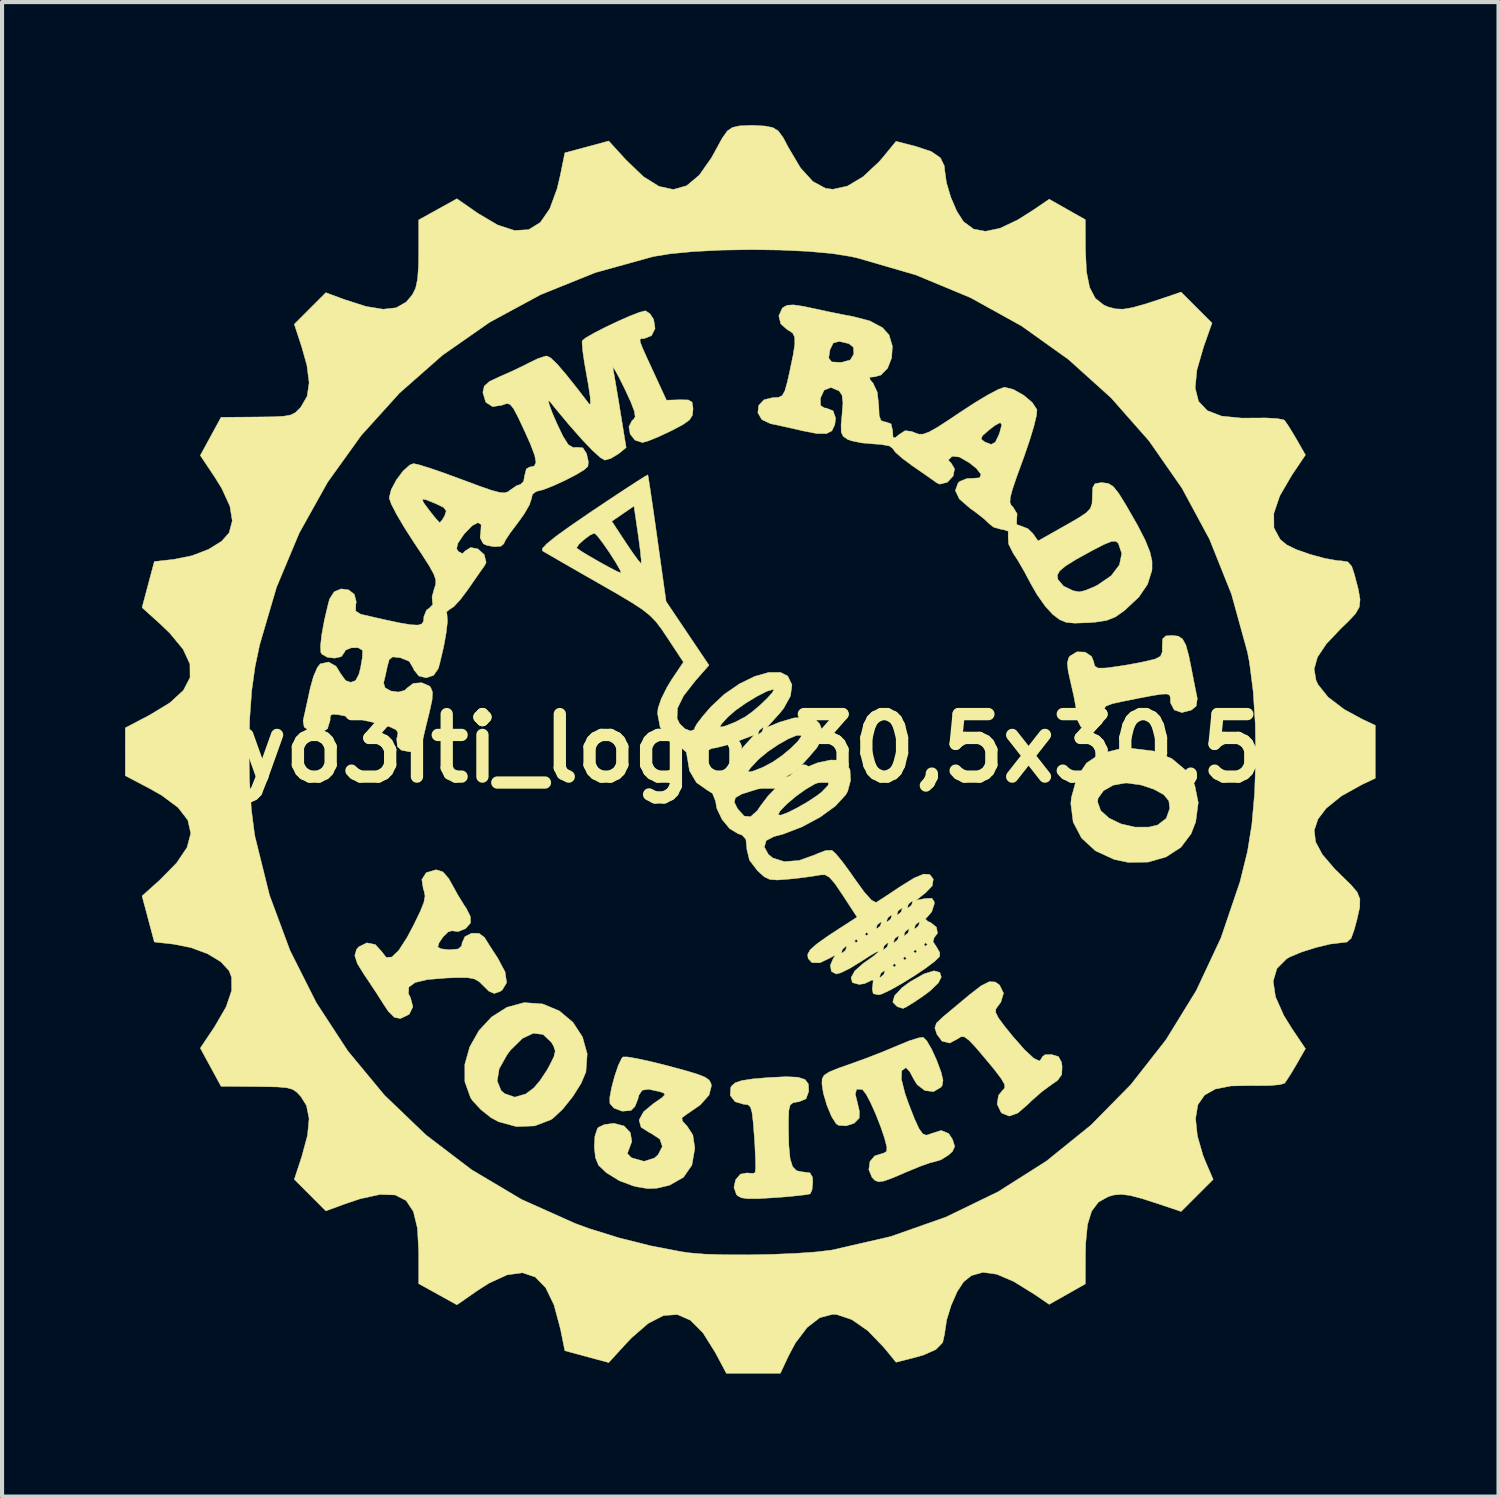
<source format=kicad_pcb>
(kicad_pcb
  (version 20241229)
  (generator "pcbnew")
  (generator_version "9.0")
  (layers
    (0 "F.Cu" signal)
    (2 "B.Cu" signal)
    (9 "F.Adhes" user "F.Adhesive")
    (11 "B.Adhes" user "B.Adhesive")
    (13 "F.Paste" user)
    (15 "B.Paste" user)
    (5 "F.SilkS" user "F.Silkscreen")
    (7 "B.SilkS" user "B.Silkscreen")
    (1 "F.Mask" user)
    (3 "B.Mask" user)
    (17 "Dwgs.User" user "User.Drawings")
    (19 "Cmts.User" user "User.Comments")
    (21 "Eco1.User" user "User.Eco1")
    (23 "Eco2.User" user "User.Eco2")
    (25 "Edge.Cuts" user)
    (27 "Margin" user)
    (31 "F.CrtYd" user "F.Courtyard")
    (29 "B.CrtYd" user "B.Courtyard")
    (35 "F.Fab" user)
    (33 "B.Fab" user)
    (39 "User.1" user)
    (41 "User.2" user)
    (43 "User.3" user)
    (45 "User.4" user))
  (footprint "yo3iti_logo_30,5x30,5"
    (layer "F.Cu")
    (at 15.245 15.197)
    (property "Reference" "yo3iti_logo_30,5x30,5" (at 0 0 0) (layer "F.SilkS") (effects (font (size 1.524 1.524) (thickness 0.3))))
    (attr through_hole)
    (fp_poly (pts (xy 4.623 5.466) (xy 4.657 5.578) (xy 4.585 5.721) (xy 4.388 5.911) (xy 4.211 6.043) (xy 3.976 6.201) (xy 3.799 6.309) (xy 3.725 6.343) (xy 3.617 6.31) (xy 3.577 6.294) (xy 3.475 6.19) (xy 3.518 6.033) (xy 3.698 5.839) (xy 3.895 5.694) (xy 4.234 5.501) (xy 4.48 5.425) (xy 4.623 5.466)) (stroke (width 0.01) (type solid)) (fill yes) (layer "F.SilkS"))
    (fp_poly (pts (xy 9.829 0.066) (xy 10.277 0.25) (xy 10.617 0.534) (xy 10.837 0.898) (xy 10.923 1.324) (xy 10.861 1.793) (xy 10.748 2.085) (xy 10.498 2.416) (xy 10.137 2.649) (xy 9.698 2.775) (xy 9.214 2.781) (xy 8.877 2.711) (xy 8.417 2.5) (xy 8.078 2.189) (xy 7.873 1.798) (xy 7.816 1.349) (xy 7.82 1.303) (xy 8.467 1.303) (xy 8.544 1.518) (xy 8.749 1.703) (xy 9.041 1.843) (xy 9.378 1.921) (xy 9.719 1.921) (xy 9.936 1.868) (xy 10.143 1.708) (xy 10.229 1.464) (xy 10.205 1.278) (xy 10.082 1.131) (xy 9.84 0.997) (xy 9.53 0.895) (xy 9.201 0.848) (xy 9.142 0.847) (xy 8.849 0.899) (xy 8.613 1.033) (xy 8.48 1.219) (xy 8.467 1.303) (xy 7.82 1.303) (xy 7.83 1.203) (xy 7.962 0.716) (xy 8.198 0.359) (xy 8.546 0.127) (xy 9.011 0.014) (xy 9.287 0) (xy 9.829 0.066)) (stroke (width 0.01) (type solid)) (fill yes) (layer "F.SilkS"))
    (fp_poly (pts (xy -5.063 6.233) (xy -4.659 6.401) (xy -4.327 6.678) (xy -4.092 7.037) (xy -3.977 7.45) (xy -4.008 7.89) (xy -4.008 7.892) (xy -4.126 8.171) (xy -4.33 8.494) (xy -4.574 8.798) (xy -4.814 9.023) (xy -4.863 9.056) (xy -5.259 9.207) (xy -5.701 9.224) (xy -6.136 9.106) (xy -6.322 9.006) (xy -6.567 8.812) (xy -6.771 8.592) (xy -6.82 8.521) (xy -6.96 8.13) (xy -6.96 8.111) (xy -6.172 8.111) (xy -6.077 8.344) (xy -5.993 8.419) (xy -5.743 8.506) (xy -5.473 8.427) (xy -5.278 8.28) (xy -5.126 8.102) (xy -4.96 7.851) (xy -4.903 7.749) (xy -4.79 7.524) (xy -4.756 7.383) (xy -4.795 7.261) (xy -4.854 7.164) (xy -5.053 6.977) (xy -5.291 6.948) (xy -5.558 7.074) (xy -5.841 7.352) (xy -5.929 7.468) (xy -6.123 7.814) (xy -6.172 8.111) (xy -6.96 8.111) (xy -6.961 7.706) (xy -6.841 7.281) (xy -6.618 6.886) (xy -6.31 6.553) (xy -5.934 6.314) (xy -5.515 6.201) (xy -5.063 6.233)) (stroke (width 0.01) (type solid)) (fill yes) (layer "F.SilkS"))
    (fp_poly (pts (xy 5.973 5.698) (xy 6.079 5.774) (xy 6.175 5.971) (xy 6.109 6.192) (xy 6.045 6.275) (xy 5.988 6.355) (xy 5.985 6.444) (xy 6.05 6.573) (xy 6.197 6.772) (xy 6.4 7.023) (xy 6.692 7.355) (xy 6.911 7.557) (xy 7.053 7.625) (xy 7.111 7.554) (xy 7.112 7.53) (xy 7.184 7.473) (xy 7.345 7.466) (xy 7.515 7.517) (xy 7.589 7.654) (xy 7.603 7.758) (xy 7.595 7.954) (xy 7.495 8.095) (xy 7.349 8.197) (xy 7.113 8.37) (xy 6.857 8.594) (xy 6.778 8.673) (xy 6.521 8.895) (xy 6.314 8.968) (xy 6.14 8.898) (xy 6.113 8.873) (xy 6.019 8.676) (xy 6.053 8.46) (xy 6.152 8.34) (xy 6.205 8.28) (xy 6.201 8.196) (xy 6.124 8.06) (xy 5.961 7.845) (xy 5.753 7.593) (xy 5.504 7.299) (xy 5.335 7.12) (xy 5.223 7.037) (xy 5.142 7.03) (xy 5.077 7.072) (xy 4.863 7.187) (xy 4.675 7.14) (xy 4.552 6.975) (xy 4.5 6.818) (xy 4.54 6.699) (xy 4.695 6.552) (xy 4.702 6.546) (xy 4.91 6.373) (xy 5.176 6.151) (xy 5.35 6.006) (xy 5.628 5.791) (xy 5.825 5.691) (xy 5.973 5.698)) (stroke (width 0.01) (type solid)) (fill yes) (layer "F.SilkS"))
    (fp_poly (pts (xy 10.431 -2.736) (xy 10.539 -2.668) (xy 10.621 -2.518) (xy 10.693 -2.255) (xy 10.755 -1.947) (xy 10.816 -1.632) (xy 10.87 -1.363) (xy 10.9 -1.214) (xy 10.872 -1.029) (xy 10.758 -0.934) (xy 10.523 -0.872) (xy 10.338 -0.935) (xy 10.248 -1.106) (xy 10.245 -1.153) (xy 10.243 -1.241) (xy 10.222 -1.299) (xy 10.155 -1.325) (xy 10.016 -1.319) (xy 9.78 -1.281) (xy 9.42 -1.212) (xy 9.102 -1.148) (xy 8.822 -1.087) (xy 8.673 -1.029) (xy 8.617 -0.95) (xy 8.617 -0.826) (xy 8.617 -0.824) (xy 8.575 -0.612) (xy 8.431 -0.473) (xy 8.24 -0.436) (xy 8.06 -0.525) (xy 7.979 -0.687) (xy 7.959 -0.825) (xy 7.938 -1.009) (xy 7.885 -1.292) (xy 7.821 -1.57) (xy 7.751 -1.883) (xy 7.731 -2.079) (xy 7.761 -2.202) (xy 7.793 -2.248) (xy 7.965 -2.353) (xy 8.163 -2.346) (xy 8.32 -2.242) (xy 8.368 -2.127) (xy 8.4 -2.006) (xy 8.48 -1.956) (xy 8.657 -1.958) (xy 8.791 -1.974) (xy 9.125 -2.023) (xy 9.496 -2.09) (xy 9.622 -2.117) (xy 9.875 -2.178) (xy 10.002 -2.244) (xy 10.045 -2.348) (xy 10.045 -2.482) (xy 10.054 -2.669) (xy 10.133 -2.741) (xy 10.278 -2.752) (xy 10.431 -2.736)) (stroke (width 0.01) (type solid)) (fill yes) (layer "F.SilkS"))
    (fp_poly (pts (xy 1.163 8.02) (xy 1.337 8.077) (xy 1.417 8.186) (xy 1.425 8.355) (xy 1.422 8.375) (xy 1.358 8.547) (xy 1.188 8.617) (xy 1.164 8.62) (xy 1.041 8.642) (xy 0.972 8.699) (xy 0.94 8.829) (xy 0.932 9.073) (xy 0.931 9.224) (xy 0.94 9.684) (xy 0.97 10.001) (xy 1.03 10.197) (xy 1.127 10.299) (xy 1.269 10.329) (xy 1.281 10.329) (xy 1.454 10.352) (xy 1.517 10.457) (xy 1.524 10.578) (xy 1.505 10.768) (xy 1.46 10.864) (xy 1.353 10.885) (xy 1.118 10.912) (xy 0.794 10.942) (xy 0.585 10.957) (xy 0.195 10.981) (xy -0.061 10.982) (xy -0.218 10.959) (xy -0.311 10.908) (xy -0.337 10.881) (xy -0.399 10.707) (xy -0.358 10.521) (xy -0.242 10.384) (xy -0.083 10.354) (xy -0.082 10.354) (xy 0.069 10.366) (xy 0.12 10.341) (xy 0.13 10.237) (xy 0.126 10.004) (xy 0.112 9.683) (xy 0.099 9.482) (xy 0.07 9.111) (xy 0.042 8.876) (xy 0.004 8.747) (xy -0.055 8.692) (xy -0.145 8.68) (xy -0.16 8.68) (xy -0.371 8.617) (xy -0.488 8.465) (xy -0.478 8.274) (xy -0.456 8.234) (xy -0.372 8.158) (xy -0.211 8.103) (xy 0.06 8.061) (xy 0.432 8.029) (xy 0.869 8.007) (xy 1.163 8.02)) (stroke (width 0.01) (type solid)) (fill yes) (layer "F.SilkS"))
    (fp_poly (pts (xy -2.999 7.525) (xy -2.764 7.565) (xy -2.433 7.637) (xy -2.041 7.734) (xy -2.002 7.744) (xy -1.574 7.86) (xy -1.283 7.948) (xy -1.102 8.02) (xy -1.003 8.09) (xy -0.959 8.169) (xy -0.948 8.23) (xy -1.005 8.454) (xy -1.221 8.696) (xy -1.571 8.938) (xy -1.668 9.011) (xy -1.654 9.089) (xy -1.54 9.213) (xy -1.401 9.428) (xy -1.355 9.731) (xy -1.355 9.768) (xy -1.424 10.164) (xy -1.629 10.46) (xy -1.96 10.648) (xy -2.015 10.665) (xy -2.281 10.727) (xy -2.498 10.736) (xy -2.759 10.693) (xy -2.855 10.67) (xy -3.192 10.544) (xy -3.508 10.35) (xy -3.701 10.166) (xy -3.775 9.982) (xy -3.804 9.721) (xy -3.789 9.46) (xy -3.728 9.271) (xy -3.708 9.246) (xy -3.558 9.175) (xy -3.333 9.144) (xy -3.326 9.144) (xy -3.079 9.208) (xy -2.924 9.372) (xy -2.889 9.588) (xy -2.946 9.74) (xy -2.998 9.879) (xy -2.911 9.973) (xy -2.883 9.988) (xy -2.592 10.071) (xy -2.339 9.992) (xy -2.247 9.909) (xy -2.144 9.709) (xy -2.205 9.529) (xy -2.424 9.384) (xy -2.456 9.372) (xy -2.663 9.239) (xy -2.712 9.066) (xy -2.603 8.864) (xy -2.358 8.66) (xy -2.156 8.521) (xy -2.081 8.445) (xy -2.118 8.401) (xy -2.21 8.371) (xy -2.48 8.313) (xy -2.636 8.337) (xy -2.716 8.457) (xy -2.737 8.541) (xy -2.811 8.732) (xy -2.909 8.831) (xy -3.121 8.849) (xy -3.323 8.774) (xy -3.424 8.66) (xy -3.426 8.514) (xy -3.381 8.272) (xy -3.307 7.993) (xy -3.22 7.736) (xy -3.136 7.561) (xy -3.105 7.525) (xy -2.999 7.525)) (stroke (width 0.01) (type solid)) (fill yes) (layer "F.SilkS"))
    (fp_poly (pts (xy -7.496 3.011) (xy -7.354 3.174) (xy -7.272 3.321) (xy -7.122 3.592) (xy -6.97 3.837) (xy -6.928 3.897) (xy -6.826 4.098) (xy -6.82 4.256) (xy -6.941 4.395) (xy -7.124 4.469) (xy -7.275 4.449) (xy -7.367 4.476) (xy -7.489 4.594) (xy -7.59 4.743) (xy -7.62 4.845) (xy -7.546 4.888) (xy -7.362 4.91) (xy -7.324 4.911) (xy -7.119 4.892) (xy -7.037 4.817) (xy -7.027 4.743) (xy -6.958 4.592) (xy -6.797 4.509) (xy -6.614 4.512) (xy -6.481 4.611) (xy -6.382 4.771) (xy -6.234 5.001) (xy -6.161 5.111) (xy -5.978 5.455) (xy -5.942 5.716) (xy -6.05 5.896) (xy -6.107 5.932) (xy -6.246 5.978) (xy -6.373 5.923) (xy -6.499 5.8) (xy -6.613 5.688) (xy -6.728 5.623) (xy -6.889 5.593) (xy -7.141 5.591) (xy -7.416 5.601) (xy -7.875 5.639) (xy -8.175 5.711) (xy -8.326 5.823) (xy -8.336 5.979) (xy -8.284 6.086) (xy -8.228 6.303) (xy -8.317 6.486) (xy -8.526 6.587) (xy -8.534 6.588) (xy -8.678 6.56) (xy -8.826 6.413) (xy -8.936 6.249) (xy -9.132 5.941) (xy -9.348 5.616) (xy -9.406 5.532) (xy -9.581 5.25) (xy -9.644 5.053) (xy -9.601 4.903) (xy -9.55 4.843) (xy -9.351 4.743) (xy -9.143 4.785) (xy -8.989 4.955) (xy -8.989 4.956) (xy -8.879 5.097) (xy -8.742 5.09) (xy -8.573 4.929) (xy -8.368 4.611) (xy -8.212 4.317) (xy -8.05 3.983) (xy -7.96 3.758) (xy -7.931 3.602) (xy -7.954 3.478) (xy -7.972 3.434) (xy -8.009 3.2) (xy -7.903 3.033) (xy -7.674 2.964) (xy -7.654 2.963) (xy -7.496 3.011)) (stroke (width 0.01) (type solid)) (fill yes) (layer "F.SilkS"))
    (fp_poly (pts (xy 4.302 7.131) (xy 4.42 7.333) (xy 4.543 7.602) (xy 4.655 7.904) (xy 4.699 8.094) (xy 4.681 8.215) (xy 4.65 8.263) (xy 4.469 8.371) (xy 4.258 8.345) (xy 4.067 8.199) (xy 3.985 8.065) (xy 3.887 7.882) (xy 3.802 7.791) (xy 3.792 7.789) (xy 3.692 7.86) (xy 3.685 8.069) (xy 3.772 8.416) (xy 3.856 8.655) (xy 4.003 9.033) (xy 4.114 9.274) (xy 4.205 9.4) (xy 4.293 9.435) (xy 4.396 9.401) (xy 4.406 9.396) (xy 4.655 9.318) (xy 4.837 9.393) (xy 4.931 9.535) (xy 4.985 9.708) (xy 4.929 9.832) (xy 4.835 9.916) (xy 4.652 10.032) (xy 4.513 10.075) (xy 4.379 10.108) (xy 4.139 10.193) (xy 3.844 10.315) (xy 3.81 10.329) (xy 3.477 10.472) (xy 3.261 10.551) (xy 3.127 10.57) (xy 3.039 10.535) (xy 2.967 10.461) (xy 2.89 10.272) (xy 2.918 10.075) (xy 3.033 9.939) (xy 3.09 9.92) (xy 3.263 9.866) (xy 3.326 9.827) (xy 3.33 9.723) (xy 3.275 9.509) (xy 3.181 9.231) (xy 3.063 8.93) (xy 2.938 8.649) (xy 2.824 8.433) (xy 2.739 8.324) (xy 2.731 8.32) (xy 2.594 8.311) (xy 2.56 8.432) (xy 2.611 8.634) (xy 2.661 8.854) (xy 2.655 9.019) (xy 2.654 9.02) (xy 2.534 9.141) (xy 2.338 9.206) (xy 2.153 9.193) (xy 2.096 9.157) (xy 1.983 8.981) (xy 1.87 8.709) (xy 1.782 8.412) (xy 1.747 8.183) (xy 1.752 8.061) (xy 1.8 7.972) (xy 1.924 7.892) (xy 2.154 7.798) (xy 2.413 7.707) (xy 2.812 7.563) (xy 3.227 7.402) (xy 3.573 7.257) (xy 3.594 7.248) (xy 3.872 7.134) (xy 4.098 7.062) (xy 4.214 7.046) (xy 4.302 7.131)) (stroke (width 0.01) (type solid)) (fill yes) (layer "F.SilkS"))
    (fp_poly (pts (xy 1.292 -10.778) (xy 1.547 -10.724) (xy 1.906 -10.646) (xy 2.251 -10.576) (xy 2.498 -10.531) (xy 2.911 -10.423) (xy 3.223 -10.258) (xy 3.384 -10.08) (xy 3.465 -9.806) (xy 3.447 -9.521) (xy 3.349 -9.27) (xy 3.185 -9.102) (xy 3.03 -9.059) (xy 2.909 -9.048) (xy 2.923 -8.985) (xy 2.993 -8.905) (xy 3.096 -8.685) (xy 3.133 -8.354) (xy 3.143 -8.111) (xy 3.186 -7.993) (xy 3.28 -7.959) (xy 3.302 -7.959) (xy 3.432 -7.912) (xy 3.471 -7.748) (xy 3.471 -7.734) (xy 3.481 -7.58) (xy 3.537 -7.574) (xy 3.63 -7.652) (xy 3.777 -7.746) (xy 3.939 -7.725) (xy 4.01 -7.695) (xy 4.112 -7.66) (xy 4.219 -7.662) (xy 4.36 -7.714) (xy 4.564 -7.828) (xy 4.858 -8.019) (xy 5.126 -8.199) (xy 5.48 -8.43) (xy 5.798 -8.62) (xy 6.048 -8.751) (xy 6.194 -8.805) (xy 6.201 -8.805) (xy 6.419 -8.749) (xy 6.665 -8.61) (xy 6.876 -8.432) (xy 6.989 -8.259) (xy 6.99 -8.255) (xy 6.978 -8.115) (xy 6.915 -7.853) (xy 6.809 -7.504) (xy 6.672 -7.104) (xy 6.648 -7.038) (xy 6.492 -6.61) (xy 6.391 -6.312) (xy 6.34 -6.116) (xy 6.332 -5.997) (xy 6.362 -5.925) (xy 6.404 -5.887) (xy 6.506 -5.718) (xy 6.498 -5.601) (xy 6.495 -5.458) (xy 6.607 -5.419) (xy 6.772 -5.354) (xy 6.89 -5.238) (xy 7.017 -5.057) (xy 7.678 -5.43) (xy 7.992 -5.611) (xy 8.187 -5.739) (xy 8.29 -5.846) (xy 8.332 -5.963) (xy 8.34 -6.12) (xy 8.34 -6.14) (xy 8.35 -6.357) (xy 8.405 -6.453) (xy 8.541 -6.477) (xy 8.589 -6.477) (xy 8.73 -6.459) (xy 8.85 -6.384) (xy 8.981 -6.221) (xy 9.156 -5.939) (xy 9.163 -5.927) (xy 9.439 -5.446) (xy 9.629 -5.077) (xy 9.744 -4.792) (xy 9.796 -4.564) (xy 9.796 -4.366) (xy 9.79 -4.329) (xy 9.687 -3.999) (xy 9.476 -3.69) (xy 9.131 -3.366) (xy 9.113 -3.352) (xy 8.904 -3.205) (xy 8.693 -3.12) (xy 8.413 -3.076) (xy 8.225 -3.063) (xy 7.908 -3.052) (xy 7.701 -3.072) (xy 7.544 -3.137) (xy 7.38 -3.261) (xy 7.378 -3.262) (xy 7.193 -3.464) (xy 6.99 -3.752) (xy 6.844 -4.007) (xy 6.729 -4.223) (xy 7.487 -4.223) (xy 7.499 -4.121) (xy 7.501 -4.117) (xy 7.638 -3.956) (xy 7.87 -3.843) (xy 8.026 -3.815) (xy 8.164 -3.848) (xy 8.381 -3.937) (xy 8.464 -3.978) (xy 8.799 -4.207) (xy 9.001 -4.472) (xy 9.058 -4.75) (xy 8.976 -4.995) (xy 8.913 -5.05) (xy 8.806 -5.045) (xy 8.621 -4.97) (xy 8.342 -4.826) (xy 7.951 -4.611) (xy 7.692 -4.45) (xy 7.545 -4.327) (xy 7.487 -4.223) (xy 6.729 -4.223) (xy 6.682 -4.311) (xy 6.521 -4.588) (xy 6.414 -4.751) (xy 6.298 -4.982) (xy 6.288 -5.159) (xy 6.29 -5.293) (xy 6.169 -5.334) (xy 6.141 -5.334) (xy 5.938 -5.39) (xy 5.836 -5.468) (xy 5.703 -5.593) (xy 5.489 -5.761) (xy 5.36 -5.853) (xy 5.098 -6.08) (xy 5 -6.286) (xy 5.066 -6.467) (xy 5.111 -6.51) (xy 5.284 -6.579) (xy 5.419 -6.584) (xy 5.594 -6.596) (xy 5.625 -6.681) (xy 5.515 -6.824) (xy 5.348 -6.958) (xy 5.103 -7.102) (xy 4.941 -7.122) (xy 4.906 -7.106) (xy 4.828 -7.027) (xy 4.898 -6.954) (xy 4.981 -6.816) (xy 4.946 -6.639) (xy 4.805 -6.487) (xy 4.619 -6.441) (xy 4.542 -6.477) (xy 4.417 -6.567) (xy 4.2 -6.718) (xy 3.95 -6.891) (xy 3.71 -7.069) (xy 3.538 -7.221) (xy 3.471 -7.314) (xy 3.471 -7.314) (xy 3.392 -7.372) (xy 3.181 -7.411) (xy 3.015 -7.421) (xy 2.718 -7.447) (xy 2.464 -7.5) (xy 2.371 -7.535) (xy 2.361 -7.542) (xy 5.629 -7.542) (xy 5.707 -7.477) (xy 5.724 -7.468) (xy 5.874 -7.41) (xy 5.975 -7.464) (xy 6.065 -7.653) (xy 6.083 -7.705) (xy 6.132 -7.887) (xy 6.096 -7.943) (xy 5.964 -7.873) (xy 5.811 -7.754) (xy 5.659 -7.62) (xy 5.629 -7.542) (xy 2.361 -7.542) (xy 2.265 -7.608) (xy 2.217 -7.712) (xy 2.214 -7.896) (xy 2.236 -8.124) (xy 2.259 -8.428) (xy 2.237 -8.611) (xy 2.166 -8.715) (xy 1.967 -8.799) (xy 1.799 -8.733) (xy 1.71 -8.538) (xy 1.709 -8.529) (xy 1.715 -8.357) (xy 1.807 -8.299) (xy 1.848 -8.297) (xy 2.018 -8.231) (xy 2.081 -8.05) (xy 2.06 -7.888) (xy 1.99 -7.742) (xy 1.856 -7.673) (xy 1.628 -7.675) (xy 1.274 -7.743) (xy 1.248 -7.749) (xy 0.93 -7.822) (xy 0.646 -7.885) (xy 0.492 -7.916) (xy 0.28 -8.017) (xy 0.185 -8.181) (xy 0.204 -8.359) (xy 0.333 -8.499) (xy 0.546 -8.551) (xy 0.686 -8.558) (xy 0.776 -8.599) (xy 0.841 -8.711) (xy 0.902 -8.927) (xy 0.961 -9.189) (xy 1.029 -9.517) (xy 1.912 -9.517) (xy 1.985 -9.422) (xy 2.189 -9.411) (xy 2.241 -9.415) (xy 2.44 -9.471) (xy 2.521 -9.608) (xy 2.525 -9.631) (xy 2.514 -9.78) (xy 2.405 -9.868) (xy 2.167 -9.923) (xy 2.024 -9.884) (xy 1.943 -9.721) (xy 1.912 -9.517) (xy 1.029 -9.517) (xy 1.045 -9.589) (xy 1.086 -9.858) (xy 1.082 -10.027) (xy 1.032 -10.127) (xy 0.935 -10.192) (xy 0.91 -10.203) (xy 0.744 -10.348) (xy 0.696 -10.545) (xy 0.778 -10.729) (xy 0.802 -10.751) (xy 0.902 -10.804) (xy 1.052 -10.813) (xy 1.292 -10.778)) (stroke (width 0.01) (type solid)) (fill yes) (layer "F.SilkS"))
    (fp_poly (pts (xy -2.559 -10.669) (xy -2.448 -10.599) (xy -2.356 -10.459) (xy -2.322 -10.237) (xy -2.408 -10.063) (xy -2.587 -9.991) (xy -2.593 -9.991) (xy -2.658 -9.99) (xy -2.69 -9.969) (xy -2.682 -9.9) (xy -2.626 -9.756) (xy -2.514 -9.507) (xy -2.376 -9.209) (xy -2.044 -8.489) (xy -1.72 -8.499) (xy -1.51 -8.495) (xy -1.419 -8.44) (xy -1.397 -8.297) (xy -1.397 -8.258) (xy -1.413 -8.118) (xy -1.482 -8.008) (xy -1.638 -7.896) (xy -1.912 -7.751) (xy -1.947 -7.734) (xy -2.237 -7.598) (xy -2.479 -7.499) (xy -2.624 -7.457) (xy -2.629 -7.456) (xy -2.81 -7.513) (xy -2.928 -7.661) (xy -2.96 -7.841) (xy -2.882 -7.994) (xy -2.849 -8.018) (xy -2.807 -8.083) (xy -2.826 -8.216) (xy -2.912 -8.443) (xy -3.06 -8.763) (xy -3.198 -9.04) (xy -3.299 -9.224) (xy -3.349 -9.292) (xy -3.35 -9.271) (xy -3.322 -9.119) (xy -3.275 -8.844) (xy -3.215 -8.489) (xy -3.171 -8.218) (xy -3.027 -7.333) (xy -3.216 -7.18) (xy -3.404 -7.067) (xy -3.547 -7.027) (xy -3.659 -7.091) (xy -3.854 -7.27) (xy -4.115 -7.543) (xy -4.421 -7.891) (xy -4.755 -8.292) (xy -4.889 -8.46) (xy -4.924 -8.477) (xy -4.899 -8.372) (xy -4.827 -8.177) (xy -4.718 -7.925) (xy -4.585 -7.646) (xy -4.565 -7.606) (xy -4.437 -7.403) (xy -4.317 -7.333) (xy -4.236 -7.341) (xy -4.083 -7.327) (xy -3.991 -7.185) (xy -3.949 -6.989) (xy -3.959 -6.875) (xy -4.051 -6.791) (xy -4.254 -6.669) (xy -4.519 -6.533) (xy -4.799 -6.404) (xy -5.045 -6.308) (xy -5.21 -6.266) (xy -5.219 -6.265) (xy -5.312 -6.195) (xy -5.334 -6.094) (xy -5.384 -5.94) (xy -5.516 -5.711) (xy -5.673 -5.493) (xy -5.848 -5.261) (xy -5.97 -5.077) (xy -6.011 -4.988) (xy -6.081 -4.928) (xy -6.242 -4.915) (xy -6.425 -4.949) (xy -6.51 -4.988) (xy -6.588 -5.133) (xy -6.572 -5.283) (xy -6.562 -5.456) (xy -6.64 -5.503) (xy -6.782 -5.429) (xy -6.967 -5.237) (xy -6.994 -5.203) (xy -7.132 -4.997) (xy -7.16 -4.868) (xy -7.122 -4.802) (xy -7.018 -4.747) (xy -6.95 -4.814) (xy -6.817 -4.897) (xy -6.641 -4.862) (xy -6.488 -4.723) (xy -6.487 -4.72) (xy -6.441 -4.534) (xy -6.477 -4.458) (xy -6.567 -4.332) (xy -6.718 -4.115) (xy -6.891 -3.865) (xy -7.072 -3.625) (xy -7.231 -3.453) (xy -7.333 -3.387) (xy -7.333 -3.387) (xy -7.406 -3.328) (xy -7.394 -3.253) (xy -7.384 -3.095) (xy -7.415 -2.819) (xy -7.478 -2.469) (xy -7.568 -2.089) (xy -7.606 -1.947) (xy -7.722 -1.78) (xy -7.901 -1.719) (xy -8.082 -1.764) (xy -8.203 -1.914) (xy -8.212 -1.945) (xy -8.315 -2.12) (xy -8.529 -2.208) (xy -8.717 -2.23) (xy -8.805 -2.164) (xy -8.85 -1.999) (xy -8.9 -1.765) (xy -8.942 -1.595) (xy -8.906 -1.477) (xy -8.766 -1.398) (xy -8.584 -1.372) (xy -8.424 -1.414) (xy -8.365 -1.472) (xy -8.22 -1.583) (xy -8.013 -1.6) (xy -7.827 -1.521) (xy -7.797 -1.491) (xy -7.749 -1.374) (xy -7.759 -1.179) (xy -7.825 -0.877) (xy -7.903 -0.565) (xy -7.969 -0.285) (xy -7.999 -0.148) (xy -8.066 0.021) (xy -8.209 0.081) (xy -8.302 0.085) (xy -8.508 0.045) (xy -8.605 -0.042) (xy -8.622 -0.232) (xy -8.606 -0.294) (xy -8.591 -0.381) (xy -8.637 -0.452) (xy -8.772 -0.517) (xy -9.021 -0.59) (xy -9.41 -0.682) (xy -9.43 -0.687) (xy -9.802 -0.771) (xy -10.04 -0.819) (xy -10.172 -0.831) (xy -10.23 -0.807) (xy -10.245 -0.748) (xy -10.245 -0.688) (xy -10.31 -0.475) (xy -10.479 -0.375) (xy -10.713 -0.409) (xy -10.723 -0.414) (xy -10.878 -0.517) (xy -10.904 -0.666) (xy -10.889 -0.744) (xy -10.842 -0.954) (xy -10.777 -1.252) (xy -10.729 -1.474) (xy -10.65 -1.756) (xy -10.556 -1.972) (xy -10.487 -2.059) (xy -10.283 -2.104) (xy -10.099 -2) (xy -9.991 -1.823) (xy -9.867 -1.652) (xy -9.744 -1.609) (xy -9.624 -1.652) (xy -9.543 -1.806) (xy -9.502 -1.968) (xy -9.462 -2.203) (xy -9.453 -2.364) (xy -9.459 -2.392) (xy -9.566 -2.454) (xy -9.73 -2.451) (xy -9.868 -2.395) (xy -9.906 -2.328) (xy -9.974 -2.235) (xy -10.133 -2.199) (xy -10.313 -2.22) (xy -10.448 -2.298) (xy -10.471 -2.335) (xy -10.48 -2.493) (xy -10.45 -2.77) (xy -10.386 -3.121) (xy -10.296 -3.505) (xy -10.259 -3.641) (xy -10.146 -3.818) (xy -9.974 -3.888) (xy -9.793 -3.863) (xy -9.654 -3.753) (xy -9.608 -3.569) (xy -9.619 -3.508) (xy -9.623 -3.348) (xy -9.501 -3.271) (xy -9.47 -3.263) (xy -8.937 -3.141) (xy -8.547 -3.058) (xy -8.277 -3.013) (xy -8.105 -3.005) (xy -8.01 -3.033) (xy -7.968 -3.098) (xy -7.959 -3.198) (xy -7.959 -3.213) (xy -7.895 -3.37) (xy -7.826 -3.419) (xy -7.74 -3.506) (xy -7.75 -3.561) (xy -7.76 -3.696) (xy -7.706 -3.892) (xy -7.67 -4.001) (xy -7.67 -4.11) (xy -7.718 -4.249) (xy -7.827 -4.447) (xy -8.01 -4.733) (xy -8.206 -5.027) (xy -8.434 -5.383) (xy -8.623 -5.703) (xy -8.753 -5.954) (xy -8.795 -6.075) (xy -8.001 -6.075) (xy -7.968 -5.992) (xy -7.826 -5.8) (xy -7.683 -5.62) (xy -7.588 -5.515) (xy -7.571 -5.503) (xy -7.513 -5.568) (xy -7.452 -5.671) (xy -7.414 -5.788) (xy -7.477 -5.873) (xy -7.671 -5.967) (xy -7.907 -6.062) (xy -8.001 -6.075) (xy -8.795 -6.075) (xy -8.805 -6.104) (xy -8.805 -6.11) (xy -8.755 -6.309) (xy -8.63 -6.544) (xy -8.467 -6.761) (xy -8.304 -6.908) (xy -8.211 -6.943) (xy -8.078 -6.914) (xy -7.823 -6.835) (xy -7.481 -6.718) (xy -7.086 -6.573) (xy -7.032 -6.553) (xy -6.607 -6.395) (xy -6.312 -6.292) (xy -6.115 -6.24) (xy -5.989 -6.23) (xy -5.904 -6.258) (xy -5.852 -6.299) (xy -5.695 -6.406) (xy -5.603 -6.435) (xy -5.528 -6.507) (xy -5.503 -6.646) (xy -5.461 -6.814) (xy -5.381 -6.858) (xy -5.269 -6.882) (xy -5.226 -6.969) (xy -5.256 -7.141) (xy -5.362 -7.421) (xy -5.503 -7.736) (xy -5.661 -8.073) (xy -5.771 -8.281) (xy -5.854 -8.384) (xy -5.933 -8.408) (xy -6.028 -8.378) (xy -6.05 -8.368) (xy -6.283 -8.331) (xy -6.449 -8.438) (xy -6.519 -8.668) (xy -6.519 -8.692) (xy -6.487 -8.832) (xy -6.363 -8.944) (xy -6.117 -9.06) (xy -5.804 -9.198) (xy -5.495 -9.347) (xy -5.402 -9.396) (xy -5.176 -9.504) (xy -4.996 -9.563) (xy -4.962 -9.567) (xy -4.868 -9.521) (xy -4.714 -9.374) (xy -4.491 -9.115) (xy -4.189 -8.735) (xy -3.926 -8.391) (xy -3.896 -8.405) (xy -3.904 -8.568) (xy -3.948 -8.863) (xy -3.983 -9.055) (xy -4.045 -9.407) (xy -4.087 -9.7) (xy -4.102 -9.892) (xy -4.098 -9.939) (xy -4.009 -10.011) (xy -3.806 -10.128) (xy -3.531 -10.269) (xy -3.227 -10.413) (xy -2.935 -10.542) (xy -2.699 -10.633) (xy -2.56 -10.669) (xy -2.559 -10.669)) (stroke (width 0.01) (type solid)) (fill yes) (layer "F.SilkS"))
    (fp_poly (pts (xy 0.355 -15.174) (xy 0.365 -15.173) (xy 0.549 -15.136) (xy 0.68 -15.056) (xy 0.799 -14.896) (xy 0.932 -14.646) (xy 1.225 -14.152) (xy 1.524 -13.823) (xy 1.833 -13.656) (xy 2.013 -13.631) (xy 2.369 -13.71) (xy 2.752 -13.939) (xy 3.142 -14.304) (xy 3.257 -14.438) (xy 3.554 -14.801) (xy 4.042 -14.676) (xy 4.412 -14.553) (xy 4.635 -14.4) (xy 4.732 -14.2) (xy 4.741 -14.096) (xy 4.783 -13.794) (xy 4.889 -13.437) (xy 5.034 -13.1) (xy 5.191 -12.853) (xy 5.202 -12.84) (xy 5.445 -12.661) (xy 5.736 -12.607) (xy 6.09 -12.681) (xy 6.52 -12.885) (xy 6.925 -13.142) (xy 7.288 -13.39) (xy 7.729 -13.14) (xy 8.17 -12.891) (xy 8.173 -12.139) (xy 8.198 -11.617) (xy 8.275 -11.237) (xy 8.412 -10.975) (xy 8.62 -10.809) (xy 8.728 -10.763) (xy 8.906 -10.716) (xy 9.091 -10.708) (xy 9.323 -10.747) (xy 9.642 -10.837) (xy 9.973 -10.945) (xy 10.505 -11.125) (xy 10.882 -10.748) (xy 11.259 -10.371) (xy 11.05 -9.779) (xy 10.89 -9.224) (xy 10.848 -8.788) (xy 10.93 -8.461) (xy 11.143 -8.235) (xy 11.491 -8.101) (xy 11.982 -8.052) (xy 12.243 -8.054) (xy 12.577 -8.056) (xy 12.846 -8.041) (xy 13.006 -8.01) (xy 13.027 -7.997) (xy 13.109 -7.881) (xy 13.238 -7.673) (xy 13.319 -7.535) (xy 13.537 -7.154) (xy 13.205 -6.661) (xy 12.911 -6.156) (xy 12.766 -5.728) (xy 12.769 -5.376) (xy 12.919 -5.096) (xy 13.079 -4.962) (xy 13.316 -4.846) (xy 13.648 -4.73) (xy 14.004 -4.633) (xy 14.31 -4.578) (xy 14.405 -4.572) (xy 14.568 -4.547) (xy 14.664 -4.44) (xy 14.728 -4.25) (xy 14.825 -3.881) (xy 14.869 -3.628) (xy 14.85 -3.444) (xy 14.755 -3.279) (xy 14.573 -3.086) (xy 14.405 -2.925) (xy 14.046 -2.546) (xy 13.83 -2.223) (xy 13.749 -1.934) (xy 13.795 -1.66) (xy 13.843 -1.555) (xy 14.089 -1.248) (xy 14.483 -0.948) (xy 14.922 -0.71) (xy 15.24 -0.561) (xy 15.24 0.731) (xy 14.922 0.88) (xy 14.418 1.16) (xy 14.043 1.462) (xy 13.843 1.725) (xy 13.752 1.999) (xy 13.784 2.28) (xy 13.948 2.588) (xy 14.252 2.943) (xy 14.405 3.094) (xy 14.649 3.331) (xy 14.799 3.508) (xy 14.865 3.675) (xy 14.86 3.878) (xy 14.795 4.167) (xy 14.728 4.419) (xy 14.652 4.632) (xy 14.549 4.724) (xy 14.405 4.741) (xy 14.14 4.773) (xy 13.796 4.856) (xy 13.445 4.967) (xy 13.161 5.085) (xy 13.079 5.131) (xy 12.841 5.37) (xy 12.75 5.679) (xy 12.807 6.061) (xy 13.012 6.52) (xy 13.205 6.831) (xy 13.537 7.324) (xy 13.319 7.705) (xy 13.18 7.939) (xy 13.066 8.115) (xy 13.027 8.167) (xy 12.913 8.201) (xy 12.675 8.222) (xy 12.357 8.226) (xy 12.243 8.223) (xy 11.721 8.233) (xy 11.339 8.308) (xy 11.078 8.455) (xy 10.92 8.681) (xy 10.911 8.704) (xy 10.858 9.03) (xy 10.902 9.45) (xy 11.037 9.92) (xy 11.103 10.085) (xy 11.287 10.512) (xy 10.896 10.903) (xy 10.505 11.294) (xy 9.973 11.115) (xy 9.559 10.981) (xy 9.263 10.903) (xy 9.045 10.876) (xy 8.865 10.892) (xy 8.728 10.932) (xy 8.489 11.065) (xy 8.324 11.285) (xy 8.223 11.613) (xy 8.178 12.074) (xy 8.173 12.309) (xy 8.17 13.06) (xy 7.729 13.31) (xy 7.288 13.559) (xy 6.925 13.311) (xy 6.423 13.001) (xy 6.01 12.824) (xy 5.671 12.777) (xy 5.391 12.857) (xy 5.202 13.009) (xy 5.046 13.246) (xy 4.899 13.58) (xy 4.789 13.937) (xy 4.742 14.246) (xy 4.741 14.266) (xy 4.691 14.491) (xy 4.524 14.661) (xy 4.22 14.795) (xy 4.042 14.846) (xy 3.554 14.97) (xy 3.257 14.607) (xy 2.867 14.202) (xy 2.478 13.931) (xy 2.11 13.807) (xy 2.01 13.801) (xy 1.696 13.883) (xy 1.387 14.121) (xy 1.1 14.5) (xy 0.933 14.813) (xy 0.733 15.24) (xy -0.583 15.24) (xy -0.856 14.728) (xy -1.153 14.254) (xy -1.458 13.947) (xy -1.776 13.807) (xy -2.116 13.831) (xy -2.486 14.02) (xy -2.893 14.372) (xy -3.026 14.512) (xy -3.452 14.978) (xy -4.522 14.689) (xy -4.63 14.155) (xy -4.786 13.573) (xy -4.989 13.153) (xy -5.243 12.892) (xy -5.555 12.788) (xy -5.929 12.839) (xy -6.37 13.041) (xy -6.64 13.213) (xy -7.154 13.57) (xy -7.62 13.312) (xy -8.086 13.054) (xy -8.086 12.26) (xy -8.116 11.705) (xy -8.214 11.297) (xy -8.391 11.028) (xy -8.659 10.891) (xy -9.029 10.879) (xy -9.512 10.984) (xy -9.895 11.113) (xy -10.35 11.28) (xy -11.119 10.511) (xy -10.936 9.953) (xy -10.796 9.435) (xy -10.758 9.029) (xy -10.822 8.71) (xy -10.957 8.493) (xy -11.057 8.386) (xy -11.16 8.316) (xy -11.304 8.276) (xy -11.527 8.257) (xy -11.868 8.25) (xy -12.033 8.248) (xy -12.905 8.241) (xy -13.158 7.776) (xy -13.411 7.311) (xy -13.058 6.783) (xy -12.782 6.306) (xy -12.647 5.909) (xy -12.649 5.581) (xy -12.709 5.424) (xy -12.91 5.205) (xy -13.235 5.009) (xy -13.641 4.859) (xy -14.052 4.777) (xy -14.532 4.723) (xy -14.831 3.601) (xy -14.406 3.219) (xy -13.989 2.796) (xy -13.734 2.417) (xy -13.643 2.072) (xy -13.715 1.751) (xy -13.952 1.445) (xy -14.355 1.145) (xy -14.645 0.981) (xy -15.24 0.668) (xy -15.24 0.034) (xy -12.225 0.034) (xy -12.211 0.788) (xy -12.166 1.491) (xy -12.089 2.09) (xy -12.076 2.159) (xy -11.723 3.583) (xy -11.222 4.933) (xy -10.583 6.202) (xy -9.814 7.38) (xy -8.921 8.458) (xy -7.912 9.426) (xy -6.796 10.276) (xy -5.58 10.999) (xy -4.272 11.585) (xy -3.928 11.711) (xy -3.194 11.939) (xy -2.419 12.133) (xy -1.685 12.274) (xy -1.482 12.303) (xy -1.108 12.334) (xy -0.614 12.349) (xy -0.048 12.351) (xy 0.543 12.339) (xy 1.111 12.315) (xy 1.608 12.28) (xy 1.986 12.235) (xy 2 12.232) (xy 3.423 11.905) (xy 4.773 11.429) (xy 6.042 10.813) (xy 7.221 10.065) (xy 8.302 9.192) (xy 9.277 8.203) (xy 10.137 7.106) (xy 10.874 5.909) (xy 11.478 4.62) (xy 11.943 3.248) (xy 12.124 2.514) (xy 12.23 1.858) (xy 12.298 1.088) (xy 12.325 0.257) (xy 12.314 -0.585) (xy 12.263 -1.386) (xy 12.172 -2.094) (xy 12.124 -2.344) (xy 11.733 -3.761) (xy 11.198 -5.098) (xy 10.525 -6.346) (xy 9.723 -7.497) (xy 8.799 -8.545) (xy 7.76 -9.481) (xy 6.616 -10.298) (xy 5.373 -10.987) (xy 4.039 -11.542) (xy 2.621 -11.954) (xy 2.455 -11.992) (xy 1.989 -12.066) (xy 1.398 -12.119) (xy 0.724 -12.15) (xy 0.009 -12.16) (xy -0.705 -12.148) (xy -1.374 -12.114) (xy -1.956 -12.059) (xy -2.368 -11.991) (xy -3.779 -11.6) (xy -5.111 -11.063) (xy -6.356 -10.389) (xy -7.506 -9.586) (xy -8.554 -8.663) (xy -9.49 -7.627) (xy -10.307 -6.488) (xy -10.997 -5.253) (xy -11.551 -3.931) (xy -11.962 -2.531) (xy -12.076 -1.99) (xy -12.157 -1.409) (xy -12.207 -0.717) (xy -12.225 0.034) (xy -15.24 0.034) (xy -15.24 -0.499) (xy -14.645 -0.811) (xy -14.151 -1.112) (xy -13.823 -1.414) (xy -13.661 -1.725) (xy -13.664 -2.056) (xy -13.83 -2.415) (xy -14.159 -2.813) (xy -14.406 -3.049) (xy -14.831 -3.432) (xy -14.682 -3.993) (xy -14.532 -4.554) (xy -14.052 -4.608) (xy -13.611 -4.698) (xy -13.209 -4.852) (xy -12.891 -5.05) (xy -12.709 -5.254) (xy -12.631 -5.548) (xy -12.689 -5.904) (xy -12.886 -6.335) (xy -13.058 -6.613) (xy -13.411 -7.142) (xy -13.158 -7.607) (xy -12.905 -8.072) (xy -12.033 -8.079) (xy -11.639 -8.084) (xy -11.376 -8.098) (xy -11.207 -8.129) (xy -11.093 -8.186) (xy -10.997 -8.278) (xy -10.957 -8.323) (xy -10.806 -8.585) (xy -10.757 -8.915) (xy -10.811 -9.337) (xy -10.936 -9.783) (xy -11.119 -10.342) (xy -10.35 -11.111) (xy -9.895 -10.943) (xy -9.366 -10.774) (xy -8.953 -10.707) (xy -8.635 -10.742) (xy -8.39 -10.882) (xy -8.238 -11.063) (xy -8.16 -11.224) (xy -8.113 -11.442) (xy -8.09 -11.757) (xy -8.086 -12.091) (xy -8.086 -12.885) (xy -7.62 -13.143) (xy -7.154 -13.401) (xy -6.64 -13.044) (xy -6.159 -12.76) (xy -5.749 -12.627) (xy -5.405 -12.647) (xy -5.12 -12.823) (xy -4.89 -13.156) (xy -4.709 -13.65) (xy -4.63 -13.986) (xy -4.522 -14.52) (xy -3.987 -14.664) (xy -3.452 -14.809) (xy -3.026 -14.343) (xy -2.606 -13.94) (xy -2.225 -13.702) (xy -1.876 -13.627) (xy -1.552 -13.718) (xy -1.244 -13.976) (xy -0.946 -14.4) (xy -0.838 -14.597) (xy -0.681 -14.884) (xy -0.56 -15.053) (xy -0.437 -15.138) (xy -0.278 -15.175) (xy -0.257 -15.178) (xy 0.043 -15.192) (xy 0.355 -15.174)) (stroke (width 0.01) (type solid)) (fill yes) (layer "F.SilkS"))
    (fp_poly (pts (xy -2.498 -6.668) (xy -2.482 -6.581) (xy -2.447 -6.354) (xy -2.396 -6.012) (xy -2.334 -5.583) (xy -2.268 -5.114) (xy -2.053 -3.581) (xy -1.53 -2.803) (xy -1.007 -2.026) (xy -1.343 -1.644) (xy -1.631 -1.274) (xy -1.776 -0.975) (xy -1.785 -0.73) (xy -1.724 -0.601) (xy -1.591 -0.475) (xy -1.452 -0.422) (xy -1.364 -0.458) (xy -1.355 -0.499) (xy -1.341 -0.523) (xy -0.745 -0.523) (xy -0.681 -0.525) (xy -0.593 -0.55) (xy -0.368 -0.639) (xy -0.127 -0.766) (xy 0.045 -0.888) (xy 0.236 -1.05) (xy 0.411 -1.217) (xy 0.536 -1.356) (xy 0.576 -1.433) (xy 0.563 -1.439) (xy 0.405 -1.392) (xy 0.164 -1.269) (xy -0.109 -1.103) (xy -0.364 -0.923) (xy -0.549 -0.761) (xy -0.55 -0.76) (xy -0.703 -0.593) (xy -0.745 -0.523) (xy -1.341 -0.523) (xy -1.302 -0.596) (xy -1.163 -0.777) (xy -0.972 -1) (xy -0.638 -1.315) (xy -0.268 -1.57) (xy 0.105 -1.753) (xy 0.45 -1.851) (xy 0.736 -1.852) (xy 0.914 -1.761) (xy 1.016 -1.549) (xy 0.98 -1.276) (xy 0.812 -0.972) (xy 0.71 -0.847) (xy 0.404 -0.509) (xy 0.707 -0.635) (xy 1.058 -0.74) (xy 1.369 -0.758) (xy 1.6 -0.69) (xy 1.69 -0.598) (xy 1.764 -0.404) (xy 1.745 -0.222) (xy 1.621 -0.011) (xy 1.418 0.226) (xy 1.229 0.434) (xy 1.15 0.537) (xy 1.171 0.553) (xy 1.287 0.5) (xy 1.315 0.485) (xy 1.644 0.352) (xy 1.962 0.285) (xy 2.217 0.291) (xy 2.329 0.339) (xy 2.431 0.521) (xy 2.446 0.78) (xy 2.375 1.047) (xy 2.328 1.132) (xy 2.078 1.405) (xy 1.707 1.675) (xy 1.263 1.914) (xy 0.792 2.095) (xy 0.572 2.153) (xy 0.387 2.251) (xy 0.343 2.408) (xy 0.441 2.586) (xy 0.55 2.675) (xy 0.83 2.763) (xy 1.189 2.735) (xy 1.589 2.592) (xy 1.635 2.569) (xy 1.837 2.493) (xy 1.989 2.486) (xy 1.991 2.487) (xy 2.087 2.573) (xy 2.246 2.766) (xy 2.442 3.033) (xy 2.538 3.172) (xy 2.776 3.502) (xy 2.954 3.701) (xy 3.064 3.759) (xy 3.073 3.755) (xy 3.192 3.68) (xy 3.405 3.54) (xy 3.657 3.372) (xy 3.993 3.164) (xy 4.225 3.067) (xy 4.375 3.076) (xy 4.461 3.187) (xy 4.462 3.189) (xy 4.437 3.353) (xy 4.28 3.517) (xy 4.043 3.706) (xy 4.265 3.663) (xy 4.43 3.656) (xy 4.485 3.742) (xy 4.487 3.79) (xy 4.425 3.983) (xy 4.353 4.07) (xy 4.269 4.162) (xy 4.331 4.222) (xy 4.395 4.247) (xy 4.539 4.36) (xy 4.565 4.51) (xy 4.482 4.618) (xy 4.456 4.716) (xy 4.532 4.829) (xy 4.62 4.98) (xy 4.617 5.076) (xy 4.501 5.191) (xy 4.282 5.357) (xy 4.002 5.545) (xy 3.702 5.731) (xy 3.426 5.887) (xy 3.214 5.988) (xy 3.127 6.011) (xy 2.997 5.982) (xy 2.974 5.862) (xy 2.985 5.793) (xy 2.997 5.651) (xy 2.947 5.656) (xy 2.936 5.666) (xy 2.783 5.739) (xy 2.65 5.757) (xy 2.489 5.712) (xy 2.458 5.593) (xy 2.463 5.582) (xy 3.153 5.582) (xy 3.165 5.588) (xy 3.242 5.528) (xy 3.26 5.503) (xy 3.281 5.424) (xy 3.27 5.419) (xy 3.192 5.478) (xy 3.175 5.503) (xy 3.153 5.582) (xy 2.463 5.582) (xy 2.548 5.428) (xy 2.701 5.292) (xy 3.471 5.292) (xy 3.514 5.334) (xy 3.556 5.292) (xy 3.514 5.249) (xy 3.471 5.292) (xy 2.701 5.292) (xy 2.754 5.244) (xy 2.794 5.217) (xy 2.929 5.122) (xy 3.725 5.122) (xy 3.768 5.165) (xy 3.81 5.122) (xy 3.768 5.08) (xy 3.725 5.122) (xy 2.929 5.122) (xy 2.992 5.078) (xy 3.114 4.976) (xy 3.13 4.953) (xy 3.979 4.953) (xy 4.022 4.995) (xy 4.064 4.953) (xy 4.022 4.911) (xy 3.979 4.953) (xy 3.13 4.953) (xy 3.133 4.95) (xy 3.069 4.97) (xy 2.904 5.066) (xy 2.689 5.205) (xy 2.433 5.362) (xy 2.213 5.471) (xy 2.097 5.503) (xy 1.978 5.441) (xy 1.952 5.292) (xy 2.025 5.118) (xy 2.053 5.084) (xy 2.07 5.043) (xy 1.971 5.096) (xy 1.95 5.109) (xy 1.698 5.23) (xy 1.505 5.227) (xy 1.41 5.125) (xy 1.399 5.025) (xy 1.418 4.99) (xy 2.222 4.99) (xy 2.234 4.995) (xy 2.311 4.936) (xy 2.328 4.911) (xy 2.33 4.905) (xy 3.238 4.905) (xy 3.25 4.911) (xy 3.327 4.851) (xy 3.344 4.826) (xy 3.356 4.784) (xy 4.233 4.784) (xy 4.276 4.826) (xy 4.318 4.784) (xy 4.276 4.741) (xy 4.233 4.784) (xy 3.356 4.784) (xy 3.366 4.747) (xy 3.354 4.741) (xy 3.277 4.801) (xy 3.26 4.826) (xy 3.238 4.905) (xy 2.33 4.905) (xy 2.35 4.832) (xy 2.338 4.826) (xy 2.261 4.886) (xy 2.244 4.911) (xy 2.222 4.99) (xy 1.418 4.99) (xy 1.459 4.915) (xy 1.613 4.777) (xy 1.722 4.699) (xy 2.54 4.699) (xy 2.582 4.741) (xy 2.588 4.736) (xy 3.492 4.736) (xy 3.504 4.741) (xy 3.581 4.682) (xy 3.598 4.657) (xy 3.62 4.578) (xy 3.608 4.572) (xy 3.531 4.632) (xy 3.514 4.657) (xy 3.492 4.736) (xy 2.588 4.736) (xy 2.625 4.699) (xy 2.582 4.657) (xy 2.54 4.699) (xy 1.722 4.699) (xy 1.879 4.587) (xy 1.966 4.53) (xy 2.794 4.53) (xy 2.836 4.572) (xy 2.842 4.566) (xy 3.746 4.566) (xy 3.758 4.572) (xy 3.835 4.512) (xy 3.852 4.487) (xy 3.874 4.408) (xy 3.862 4.403) (xy 3.785 4.462) (xy 3.768 4.487) (xy 3.746 4.566) (xy 2.842 4.566) (xy 2.879 4.53) (xy 2.836 4.487) (xy 2.794 4.53) (xy 1.966 4.53) (xy 2.097 4.444) (xy 2.169 4.397) (xy 3.069 4.397) (xy 3.08 4.403) (xy 3.087 4.397) (xy 4 4.397) (xy 4.012 4.403) (xy 4.089 4.343) (xy 4.106 4.318) (xy 4.128 4.239) (xy 4.116 4.233) (xy 4.039 4.293) (xy 4.022 4.318) (xy 4 4.397) (xy 3.087 4.397) (xy 3.158 4.343) (xy 3.175 4.318) (xy 3.197 4.239) (xy 3.185 4.233) (xy 3.108 4.293) (xy 3.09 4.318) (xy 3.069 4.397) (xy 2.169 4.397) (xy 2.431 4.228) (xy 3.323 4.228) (xy 3.334 4.233) (xy 3.412 4.174) (xy 3.429 4.149) (xy 3.451 4.07) (xy 3.439 4.064) (xy 3.362 4.124) (xy 3.344 4.149) (xy 3.323 4.228) (xy 2.431 4.228) (xy 2.604 4.116) (xy 2.567 4.058) (xy 3.577 4.058) (xy 3.588 4.064) (xy 3.666 4.004) (xy 3.683 3.979) (xy 3.705 3.9) (xy 3.693 3.895) (xy 3.616 3.954) (xy 3.598 3.979) (xy 3.577 4.058) (xy 2.567 4.058) (xy 2.456 3.889) (xy 3.831 3.889) (xy 3.842 3.895) (xy 3.92 3.835) (xy 3.937 3.81) (xy 3.959 3.731) (xy 3.947 3.725) (xy 3.87 3.785) (xy 3.852 3.81) (xy 3.831 3.889) (xy 2.456 3.889) (xy 2.254 3.579) (xy 2.067 3.304) (xy 1.934 3.148) (xy 1.824 3.084) (xy 1.707 3.087) (xy 1.693 3.09) (xy 1.495 3.123) (xy 1.201 3.162) (xy 0.957 3.188) (xy 0.663 3.211) (xy 0.477 3.198) (xy 0.34 3.132) (xy 0.191 2.998) (xy 0.174 2.981) (xy -0.019 2.728) (xy -0.084 2.463) (xy -0.085 2.429) (xy -0.107 2.219) (xy -0.199 2.116) (xy -0.299 2.081) (xy -0.502 1.959) (xy -0.689 1.733) (xy -0.816 1.466) (xy -0.843 1.311) (xy -0.39 1.311) (xy -0.316 1.463) (xy -0.307 1.477) (xy -0.147 1.653) (xy 0.008 1.667) (xy 0.061 1.619) (xy 0.677 1.619) (xy 0.742 1.63) (xy 0.908 1.569) (xy 1.137 1.455) (xy 1.389 1.311) (xy 1.625 1.155) (xy 1.736 1.071) (xy 1.899 0.901) (xy 1.915 0.801) (xy 1.797 0.788) (xy 1.575 0.868) (xy 1.353 0.997) (xy 1.11 1.172) (xy 0.889 1.359) (xy 0.731 1.521) (xy 0.677 1.619) (xy 0.061 1.619) (xy 0.173 1.517) (xy 0.251 1.402) (xy 0.434 1.161) (xy 0.671 0.915) (xy 0.744 0.85) (xy 1.058 0.589) (xy 0.762 0.753) (xy 0.484 0.882) (xy 0.163 1) (xy 0.085 1.023) (xy -0.211 1.116) (xy -0.362 1.204) (xy -0.39 1.311) (xy -0.843 1.311) (xy -0.846 1.289) (xy -0.922 1.099) (xy -1.05 1.019) (xy -1.313 0.835) (xy -1.482 0.548) (xy -1.524 0.296) (xy -1.539 0.209) (xy -1.103 0.209) (xy -1.051 0.389) (xy -0.911 0.548) (xy -0.91 0.548) (xy -0.764 0.633) (xy -0.67 0.596) (xy -0.647 0.565) (xy -0.054 0.565) (xy -0.006 0.574) (xy 0.085 0.55) (xy 0.309 0.461) (xy 0.55 0.333) (xy 0.55 0.333) (xy 0.775 0.177) (xy 0.989 -0.00046) (xy 1.156 -0.165) (xy 1.239 -0.283) (xy 1.238 -0.315) (xy 1.13 -0.315) (xy 0.931 -0.233) (xy 0.685 -0.094) (xy 0.432 0.077) (xy 0.214 0.257) (xy 0.166 0.305) (xy 0.000235 0.483) (xy -0.054 0.565) (xy -0.647 0.565) (xy -0.593 0.49) (xy -0.458 0.31) (xy -0.269 0.08) (xy -0.187 -0.014) (xy 0.092 -0.325) (xy -0.336 -0.163) (xy -0.61 -0.07) (xy -0.843 -0.011) (xy -0.932 0) (xy -1.064 0.061) (xy -1.103 0.209) (xy -1.539 0.209) (xy -1.56 0.092) (xy -1.699 -0.026) (xy -1.771 -0.056) (xy -2.026 -0.235) (xy -2.093 -0.344) (xy 0.19 -0.344) (xy 0.202 -0.339) (xy 0.279 -0.398) (xy 0.296 -0.423) (xy 0.318 -0.502) (xy 0.306 -0.508) (xy 0.229 -0.448) (xy 0.212 -0.423) (xy 0.19 -0.344) (xy -2.093 -0.344) (xy -2.199 -0.519) (xy -2.261 -0.849) (xy -2.248 -0.98) (xy -2.17 -1.209) (xy -2.027 -1.495) (xy -1.913 -1.682) (xy -1.63 -2.102) (xy -2.022 -2.697) (xy -2.169 -2.916) (xy -2.301 -3.089) (xy -2.446 -3.238) (xy -2.629 -3.384) (xy -2.879 -3.548) (xy -3.222 -3.753) (xy -3.683 -4.017) (xy -4.107 -4.26) (xy -4.485 -4.477) (xy -4.79 -4.653) (xy -4.995 -4.772) (xy -5.069 -4.816) (xy -5.069 -4.874) (xy -5.051 -4.892) (xy -4.235 -4.892) (xy -4.232 -4.883) (xy -4.126 -4.808) (xy -3.93 -4.689) (xy -3.69 -4.551) (xy -3.451 -4.419) (xy -3.257 -4.318) (xy -3.154 -4.275) (xy -3.148 -4.275) (xy -3.177 -4.353) (xy -3.28 -4.532) (xy -3.434 -4.774) (xy -3.435 -4.776) (xy -3.601 -5.014) (xy -3.732 -5.184) (xy -3.801 -5.247) (xy -3.905 -5.2) (xy -4.05 -5.093) (xy -4.179 -4.975) (xy -4.235 -4.892) (xy -5.051 -4.892) (xy -4.963 -4.987) (xy -4.743 -5.165) (xy -4.398 -5.414) (xy -4.22 -5.536) (xy -3.377 -5.536) (xy -3.031 -5.01) (xy -2.862 -4.761) (xy -2.731 -4.582) (xy -2.664 -4.508) (xy -2.66 -4.508) (xy -2.66 -4.597) (xy -2.682 -4.813) (xy -2.721 -5.114) (xy -2.736 -5.22) (xy -2.836 -5.907) (xy -3.106 -5.722) (xy -3.377 -5.536) (xy -4.22 -5.536) (xy -3.919 -5.743) (xy -3.849 -5.79) (xy -3.432 -6.069) (xy -3.067 -6.31) (xy -2.775 -6.5) (xy -2.578 -6.624) (xy -2.498 -6.668) (xy -2.498 -6.668)) (stroke (width 0.01) (type solid)) (fill yes) (layer "F.SilkS")))
  (gr_rect
    (start -3 -3)
    (end 33.49 33.442)
    (stroke (width 0.1) (type default))
    (fill no)
    (layer "Edge.Cuts")))
</source>
